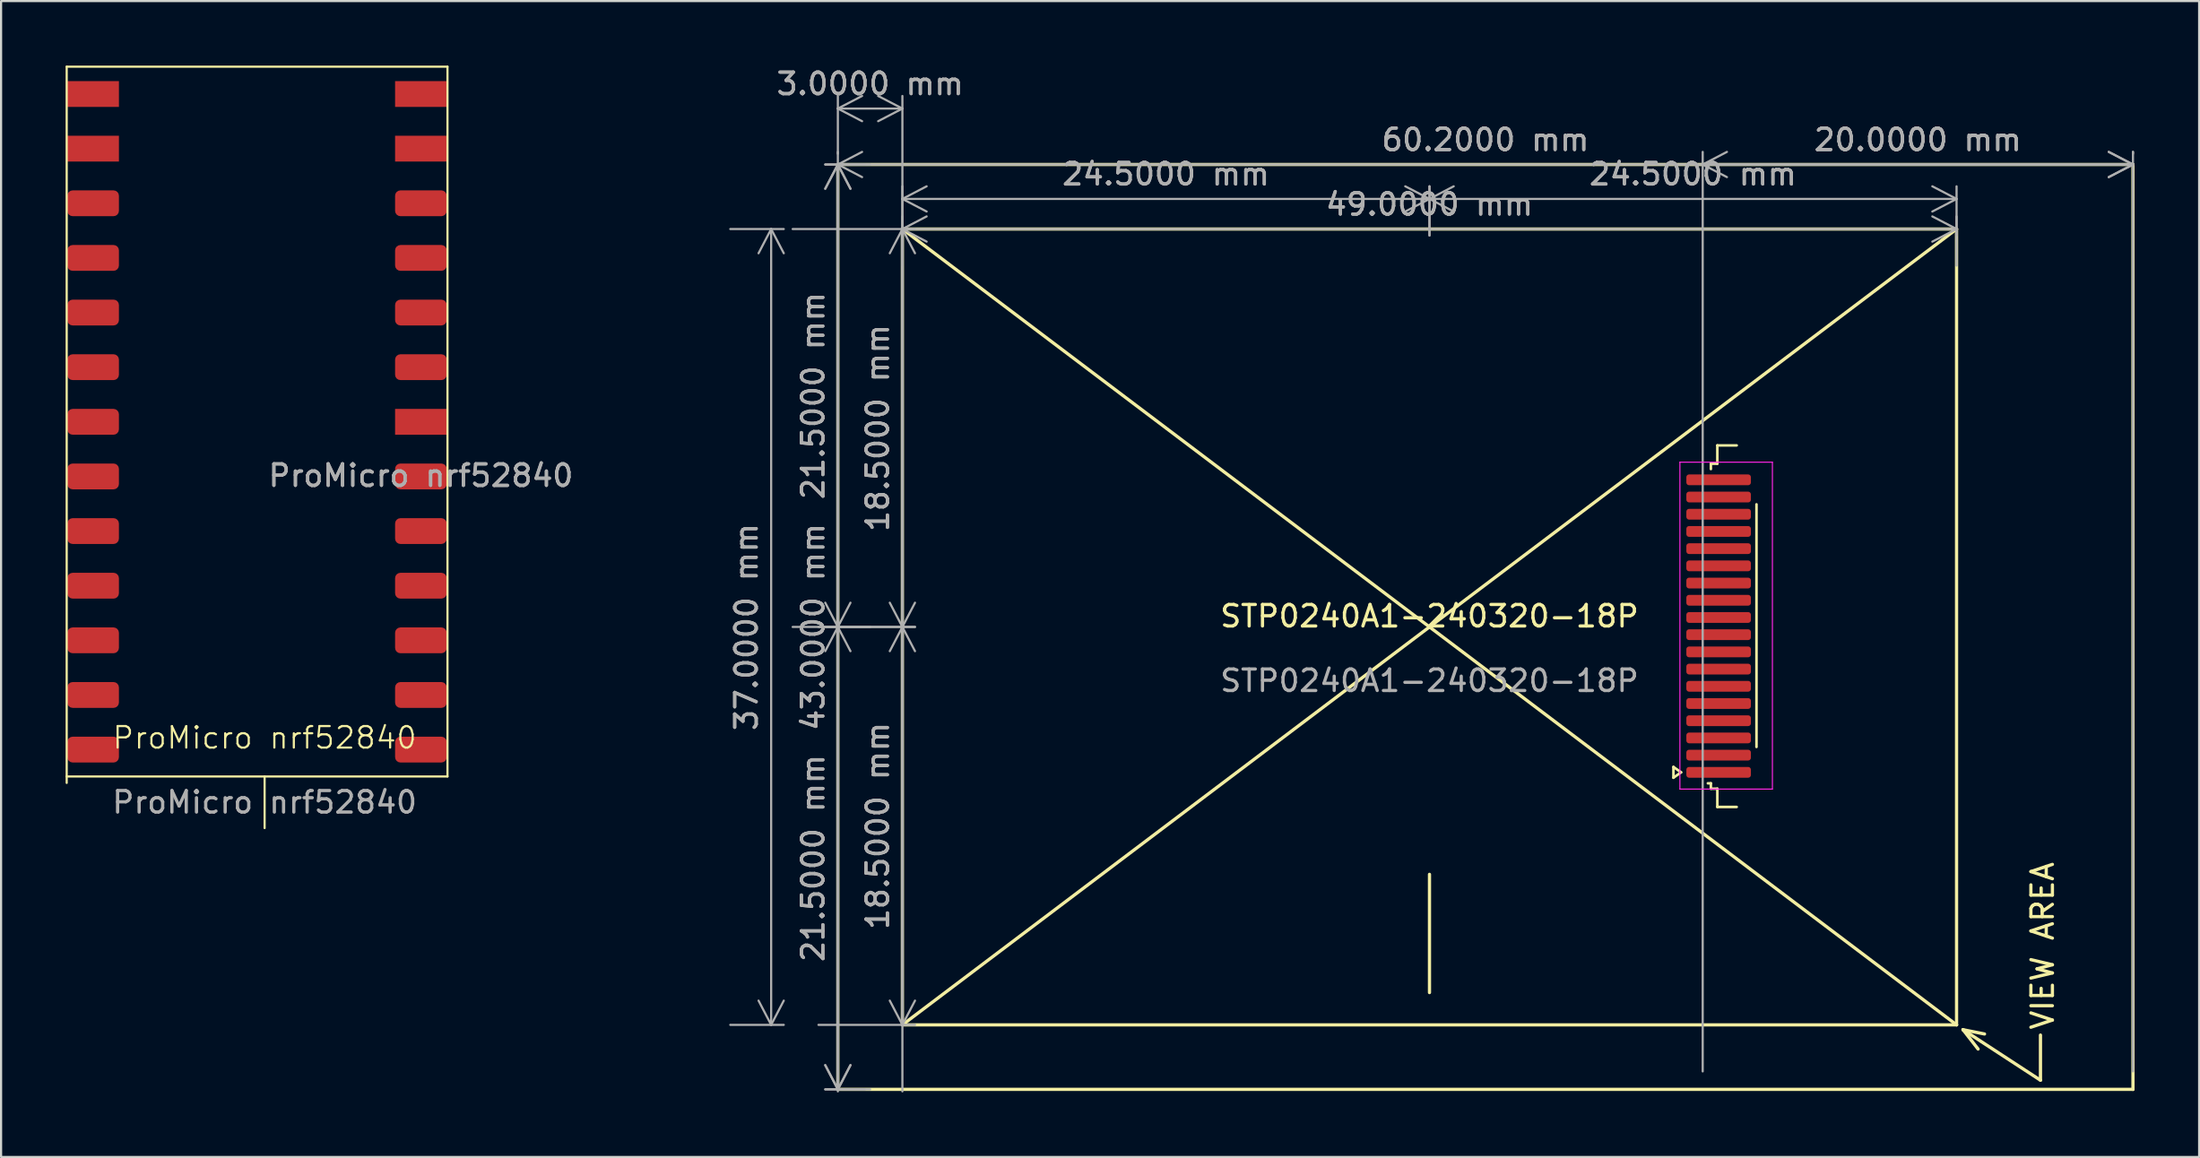
<source format=kicad_pcb>
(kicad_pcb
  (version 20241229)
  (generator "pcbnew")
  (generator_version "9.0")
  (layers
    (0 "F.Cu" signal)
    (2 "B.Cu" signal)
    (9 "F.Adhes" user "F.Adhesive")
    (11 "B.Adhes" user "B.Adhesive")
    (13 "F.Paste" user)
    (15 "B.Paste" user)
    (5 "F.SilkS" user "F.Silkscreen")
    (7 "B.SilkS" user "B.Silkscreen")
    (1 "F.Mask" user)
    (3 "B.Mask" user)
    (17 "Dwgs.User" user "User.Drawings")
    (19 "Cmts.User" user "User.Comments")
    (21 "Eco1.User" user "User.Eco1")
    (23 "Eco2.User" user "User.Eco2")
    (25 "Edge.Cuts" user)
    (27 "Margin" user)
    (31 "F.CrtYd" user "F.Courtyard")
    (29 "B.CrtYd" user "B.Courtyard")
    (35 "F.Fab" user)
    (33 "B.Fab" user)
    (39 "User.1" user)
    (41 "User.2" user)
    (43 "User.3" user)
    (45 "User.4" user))
  (footprint "ProMicro nrf52840"
    (layer "F.Cu")
    (at 9.25 31.75)
    (property "Reference" "ProMicro nrf52840" (at 0 -0.5 0) (unlocked yes) (layer "F.SilkS") (effects (font (size 1 1) (thickness 0.1))))
    (attr smd)
    (fp_line (start -9.2 1.6) (end -9.2 -31.7) (stroke (width 0.1) (type default)) (layer "F.SilkS"))
    (fp_line (start 0 3.7) (end 0 1.3) (stroke (width 0.1) (type default)) (layer "F.SilkS"))
    (fp_line (start 8.5 -31.7) (end -9.2 -31.7) (stroke (width 0.1) (type default)) (layer "F.SilkS"))
    (fp_line (start 8.5 1.3) (end -9.2 1.3) (stroke (width 0.1) (type default)) (layer "F.SilkS"))
    (fp_line (start 8.5 1.3) (end 8.5 -31.7) (stroke (width 0.1) (type default)) (layer "F.SilkS"))
    (fp_text user "${REFERENCE}" (at 7.264 -12.689 0) (unlocked yes) (layer "F.Fab") (effects (font (size 1 1) (thickness 0.15))))
    (fp_text user "${REFERENCE}" (at 0 2.5 0) (unlocked yes) (layer "F.Fab") (effects (font (size 1 1) (thickness 0.15))))
    (fp_text user "${REFERENCE}" (at 7.264 -12.689 0) (unlocked yes) (layer "F.Fab") (effects (font (size 1 1) (thickness 0.15))))
    (pad "1" smd roundrect (at 7.264 0.051) (size 2.4 1.2) (layers "F.Cu" "F.Mask" "F.Paste") (roundrect_rratio 0.208))
    (pad "2" smd roundrect (at 7.264 -2.489) (size 2.4 1.2) (layers "F.Cu" "F.Mask" "F.Paste") (roundrect_rratio 0.208))
    (pad "3" smd roundrect (at 7.264 -5.029) (size 2.4 1.2) (layers "F.Cu" "F.Mask" "F.Paste") (roundrect_rratio 0.208))
    (pad "4" smd roundrect (at 7.264 -7.569) (size 2.4 1.2) (layers "F.Cu" "F.Mask" "F.Paste") (roundrect_rratio 0.208))
    (pad "5" smd roundrect (at 7.264 -10.109) (size 2.4 1.2) (layers "F.Cu" "F.Mask" "F.Paste") (roundrect_rratio 0.208))
    (pad "6" smd roundrect (at 7.264 -12.649) (size 2.4 1.2) (layers "F.Cu" "F.Mask" "F.Paste") (roundrect_rratio 0.208))
    (pad "7" smd rect (at 7.264 -15.189) (size 2.4 1.2) (layers "F.Cu" "F.Mask" "F.Paste"))
    (pad "8" smd roundrect (at 7.264 -17.729) (size 2.4 1.2) (layers "F.Cu" "F.Mask" "F.Paste") (roundrect_rratio 0.208))
    (pad "9" smd roundrect (at 7.264 -20.269) (size 2.4 1.2) (layers "F.Cu" "F.Mask" "F.Paste") (roundrect_rratio 0.208))
    (pad "10" smd roundrect (at 7.264 -22.809) (size 2.4 1.2) (layers "F.Cu" "F.Mask" "F.Paste") (roundrect_rratio 0.208))
    (pad "11" smd roundrect (at 7.264 -25.349) (size 2.4 1.2) (layers "F.Cu" "F.Mask" "F.Paste") (roundrect_rratio 0.208))
    (pad "12" smd rect (at 7.264 -27.889) (size 2.4 1.2) (layers "F.Cu" "F.Mask" "F.Paste"))
    (pad "13" smd rect (at 7.264 -30.429) (size 2.4 1.2) (layers "F.Cu" "F.Mask" "F.Paste"))
    (pad "14" smd rect (at -7.972 -30.429) (size 2.4 1.2) (layers "F.Cu" "F.Mask" "F.Paste"))
    (pad "15" smd rect (at -7.972 -27.889) (size 2.4 1.2) (layers "F.Cu" "F.Mask" "F.Paste"))
    (pad "16" smd roundrect (at -7.972 -25.349) (size 2.4 1.2) (layers "F.Cu" "F.Mask" "F.Paste") (roundrect_rratio 0.208))
    (pad "17" smd roundrect (at -7.972 -22.809) (size 2.4 1.2) (layers "F.Cu" "F.Mask" "F.Paste") (roundrect_rratio 0.208))
    (pad "18" smd roundrect (at -7.972 -20.269) (size 2.4 1.2) (layers "F.Cu" "F.Mask" "F.Paste") (roundrect_rratio 0.208))
    (pad "19" smd roundrect (at -7.972 -17.729) (size 2.4 1.2) (layers "F.Cu" "F.Mask" "F.Paste") (roundrect_rratio 0.208))
    (pad "20" smd roundrect (at -7.972 -15.189) (size 2.4 1.2) (layers "F.Cu" "F.Mask" "F.Paste") (roundrect_rratio 0.208))
    (pad "21" smd roundrect (at -7.972 -12.649) (size 2.4 1.2) (layers "F.Cu" "F.Mask" "F.Paste") (roundrect_rratio 0.208))
    (pad "22" smd roundrect (at -7.972 -10.109) (size 2.4 1.2) (layers "F.Cu" "F.Mask" "F.Paste") (roundrect_rratio 0.208))
    (pad "23" smd roundrect (at -7.972 -7.569) (size 2.4 1.2) (layers "F.Cu" "F.Mask" "F.Paste") (roundrect_rratio 0.208))
    (pad "24" smd roundrect (at -7.972 -5.029) (size 2.4 1.2) (layers "F.Cu" "F.Mask" "F.Paste") (roundrect_rratio 0.208))
    (pad "25" smd roundrect (at -7.972 -2.489) (size 2.4 1.2) (layers "F.Cu" "F.Mask" "F.Paste") (roundrect_rratio 0.208))
    (pad "26" smd roundrect (at -7.972 0.051) (size 2.4 1.2) (layers "F.Cu" "F.Mask" "F.Paste") (roundrect_rratio 0.208)))
  (footprint "STP0240A1-240320-18P"
    (layer "F.Cu")
    (at 63.395 26.098)
    (property "Reference" "STP0240A1-240320-18P" (at 0 -0.5 0) (unlocked yes) (layer "F.SilkS") (effects (font (size 1 1) (thickness 0.15))))
    (attr smd)
    (fp_line (start -27.5 -21.5) (end 32.7 -21.5) (stroke (width 0.15) (type solid)) (layer "F.SilkS"))
    (fp_line (start -27.5 21.5) (end -27.5 -21.5) (stroke (width 0.15) (type solid)) (layer "F.SilkS"))
    (fp_line (start -24.5 -18.5) (end 24.5 -18.5) (stroke (width 0.15) (type solid)) (layer "F.SilkS"))
    (fp_line (start -24.5 18.5) (end -24.5 -18.5) (stroke (width 0.15) (type solid)) (layer "F.SilkS"))
    (fp_line (start -24.5 18.5) (end 24.5 -18.5) (stroke (width 0.15) (type solid)) (layer "F.SilkS"))
    (fp_line (start -0.000001 17) (end -0.000001 11.503) (stroke (width 0.15) (type solid)) (layer "F.SilkS"))
    (fp_line (start 11.34 6.51) (end 11.34 7.01) (stroke (width 0.12) (type solid)) (layer "F.SilkS"))
    (fp_line (start 11.34 7.01) (end 11.694 6.76) (stroke (width 0.12) (type solid)) (layer "F.SilkS"))
    (fp_line (start 11.694 6.76) (end 11.34 6.51) (stroke (width 0.12) (type solid)) (layer "F.SilkS"))
    (fp_line (start 13.08 -7.59) (end 13.08 -7.34) (stroke (width 0.12) (type solid)) (layer "F.SilkS"))
    (fp_line (start 13.08 7.27) (end 12.94 7.27) (stroke (width 0.12) (type solid)) (layer "F.SilkS"))
    (fp_line (start 13.08 7.52) (end 13.08 7.27) (stroke (width 0.12) (type solid)) (layer "F.SilkS"))
    (fp_line (start 13.38 -8.44) (end 13.38 -7.59) (stroke (width 0.12) (type solid)) (layer "F.SilkS"))
    (fp_line (start 13.38 -7.59) (end 13.08 -7.59) (stroke (width 0.12) (type solid)) (layer "F.SilkS"))
    (fp_line (start 13.38 7.52) (end 13.08 7.52) (stroke (width 0.12) (type solid)) (layer "F.SilkS"))
    (fp_line (start 13.38 8.37) (end 13.38 7.52) (stroke (width 0.12) (type solid)) (layer "F.SilkS"))
    (fp_line (start 14.28 -8.44) (end 13.38 -8.44) (stroke (width 0.12) (type solid)) (layer "F.SilkS"))
    (fp_line (start 14.28 8.37) (end 13.38 8.37) (stroke (width 0.12) (type solid)) (layer "F.SilkS"))
    (fp_line (start 15.2 5.58) (end 15.2 -5.7) (stroke (width 0.12) (type solid)) (layer "F.SilkS"))
    (fp_line (start 24.5 -18.5) (end 24.5 18.5) (stroke (width 0.15) (type solid)) (layer "F.SilkS"))
    (fp_line (start 24.5 18.5) (end -24.5 -18.5) (stroke (width 0.15) (type solid)) (layer "F.SilkS"))
    (fp_line (start 24.5 18.5) (end -24.5 18.5) (stroke (width 0.15) (type solid)) (layer "F.SilkS"))
    (fp_line (start 24.8 18.725) (end 25.5 19.625) (stroke (width 0.15) (type solid)) (layer "F.SilkS"))
    (fp_line (start 24.8 18.725) (end 25.8 18.925) (stroke (width 0.15) (type solid)) (layer "F.SilkS"))
    (fp_line (start 24.8 18.725) (end 28.4 21.075) (stroke (width 0.15) (type solid)) (layer "F.SilkS"))
    (fp_line (start 28.4 21.075) (end 28.4 18.975) (stroke (width 0.15) (type solid)) (layer "F.SilkS"))
    (fp_line (start 32.7 -21.5) (end 32.7 21.5) (stroke (width 0.15) (type solid)) (layer "F.SilkS"))
    (fp_line (start 32.7 21.5) (end -27.5 21.5) (stroke (width 0.15) (type solid)) (layer "F.SilkS"))
    (fp_line (start 11.64 -7.66) (end 11.64 7.54) (stroke (width 0.05) (type solid)) (layer "F.CrtYd"))
    (fp_line (start 11.64 7.54) (end 15.94 7.54) (stroke (width 0.05) (type solid)) (layer "F.CrtYd"))
    (fp_line (start 15.94 -7.66) (end 11.64 -7.66) (stroke (width 0.05) (type solid)) (layer "F.CrtYd"))
    (fp_line (start 15.94 7.54) (end 15.94 -7.66) (stroke (width 0.05) (type solid)) (layer "F.CrtYd"))
    (fp_text user "VIEW AREA" (at 28.5 14.825 90) (layer "F.SilkS") (effects (font (size 1 1) (thickness 0.15))))
    (fp_text user "${REFERENCE}" (at 0 2.5 0) (unlocked yes) (layer "F.Fab") (effects (font (size 1 1) (thickness 0.15))))
    (dimension (type aligned) (layer "F.Fab") (pts (xy 38.895 9.798) (xy 87.895 9.798)) (height -2.2) (format (prefix "") (suffix "") (units 3) (units_format 1) (precision 4)) (style (thickness 0.1) (arrow_length 1.27) (text_position_mode 0) (arrow_direction outward) (extension_height 0.586) (extension_offset 0.5) (keep_text_aligned yes)) (gr_text "49.0000 mm" (at 63.395 6.448 0) (layer "F.Fab") (effects (font (size 1 1) (thickness 0.15)))))
    (dimension (type aligned) (layer "F.Fab") (pts (xy 38.895 8.398) (xy 63.395 8.398)) (height -2.2) (format (prefix "") (suffix "") (units 3) (units_format 1) (precision 4)) (style (thickness 0.1) (arrow_length 1.27) (text_position_mode 0) (arrow_direction outward) (extension_height 0.586) (extension_offset 0.5) (keep_text_aligned yes)) (gr_text "24.5000 mm" (at 51.145 5.048 0) (layer "F.Fab") (effects (font (size 1 1) (thickness 0.15)))))
    (dimension (type aligned) (layer "F.Fab") (pts (xy 35.895 4.598) (xy 96.095 4.598)) (height 0) (format (prefix "") (suffix "") (units 3) (units_format 1) (precision 4)) (style (thickness 0.1) (arrow_length 1.27) (text_position_mode 0) (arrow_direction outward) (extension_height 0.586) (extension_offset 0.5) (keep_text_aligned yes)) (gr_text "60.2000 mm" (at 65.995 3.448 360) (layer "F.Fab") (effects (font (size 1 1) (thickness 0.15)))))
    (dimension (type aligned) (layer "F.Fab") (pts (xy 33.295 26.098) (xy 33.295 7.598)) (height 5.6) (format (prefix "") (suffix "") (units 3) (units_format 1) (precision 4)) (style (thickness 0.1) (arrow_length 1.27) (text_position_mode 0) (arrow_direction outward) (extension_height 0.586) (extension_offset 0.5) (keep_text_aligned yes)) (gr_text "18.5000 mm" (at 37.745 16.848 90) (layer "F.Fab") (effects (font (size 1 1) (thickness 0.15)))))
    (dimension (type aligned) (layer "F.Fab") (pts (xy 37.653 4.598) (xy 37.653 47.598)) (height 1.758) (format (prefix "") (suffix "") (units 3) (units_format 1) (precision 4)) (style (thickness 0.1) (arrow_length 1.27) (text_position_mode 0) (arrow_direction outward) (extension_height 0.586) (extension_offset 0.5) (keep_text_aligned yes)) (gr_text "43.0000 mm" (at 34.745 26.098 90) (layer "F.Fab") (effects (font (size 1 1) (thickness 0.15)))))
    (dimension (type aligned) (layer "F.Fab") (pts (xy 76.095 47.263) (xy 96.095 47.263)) (height -42.665) (format (prefix "") (suffix "") (units 3) (units_format 1) (precision 4)) (style (thickness 0.1) (arrow_length 1.27) (text_position_mode 0) (arrow_direction outward) (extension_height 0.586) (extension_offset 0.5) (keep_text_aligned yes)) (gr_text "20.0000 mm" (at 86.095 3.448 0) (layer "F.Fab") (effects (font (size 1 1) (thickness 0.15)))))
    (dimension (type aligned) (layer "F.Fab") (pts (xy 30.395 44.598) (xy 30.395 7.598)) (height 2.4) (format (prefix "") (suffix "") (units 3) (units_format 1) (precision 4)) (style (thickness 0.1) (arrow_length 1.27) (text_position_mode 0) (arrow_direction outward) (extension_height 0.586) (extension_offset 0.5) (keep_text_aligned yes)) (gr_text "37.0000 mm" (at 31.645 26.098 90) (layer "F.Fab") (effects (font (size 1 1) (thickness 0.15)))))
    (dimension (type aligned) (layer "F.Fab") (pts (xy 35.895 48.191) (xy 38.895 48.191)) (height -46.193) (format (prefix "") (suffix "") (units 3) (units_format 1) (precision 4)) (style (thickness 0.1) (arrow_length 1.27) (text_position_mode 0) (arrow_direction outward) (extension_height 0.586) (extension_offset 0.5) (keep_text_aligned yes)) (gr_text "3.0000 mm" (at 37.395 0.848 0) (layer "F.Fab") (effects (font (size 1 1) (thickness 0.15)))))
    (dimension (type aligned) (layer "F.Fab") (pts (xy 63.395 8.398) (xy 87.895 8.398)) (height -2.2) (format (prefix "") (suffix "") (units 3) (units_format 1) (precision 4)) (style (thickness 0.1) (arrow_length 1.27) (text_position_mode 0) (arrow_direction outward) (extension_height 0.586) (extension_offset 0.5) (keep_text_aligned yes)) (gr_text "24.5000 mm" (at 75.645 5.048 0) (layer "F.Fab") (effects (font (size 1 1) (thickness 0.15)))))
    (dimension (type aligned) (layer "F.Fab") (pts (xy 37.895 47.598) (xy 37.895 26.098)) (height -2) (format (prefix "") (suffix "") (units 3) (units_format 1) (precision 4)) (style (thickness 0.1) (arrow_length 1.27) (text_position_mode 0) (arrow_direction outward) (extension_height 0.586) (extension_offset 0.5) (keep_text_aligned yes)) (gr_text "21.5000 mm" (at 34.745 36.848 90) (layer "F.Fab") (effects (font (size 1 1) (thickness 0.15)))))
    (dimension (type aligned) (layer "F.Fab") (pts (xy 34.495 44.598) (xy 34.495 26.098)) (height 4.4) (format (prefix "") (suffix "") (units 3) (units_format 1) (precision 4)) (style (thickness 0.1) (arrow_length 1.27) (text_position_mode 0) (arrow_direction outward) (extension_height 0.586) (extension_offset 0.5) (keep_text_aligned yes)) (gr_text "18.5000 mm" (at 37.745 35.348 90) (layer "F.Fab") (effects (font (size 1 1) (thickness 0.15)))))
    (dimension (type aligned) (layer "F.Fab") (pts (xy 37.895 26.098) (xy 37.895 4.598)) (height -2) (format (prefix "") (suffix "") (units 3) (units_format 1) (precision 4)) (style (thickness 0.1) (arrow_length 1.27) (text_position_mode 0) (arrow_direction outward) (extension_height 0.586) (extension_offset 0.5) (keep_text_aligned yes)) (gr_text "21.5000 mm" (at 34.745 15.348 90) (layer "F.Fab") (effects (font (size 1 1) (thickness 0.15)))))
    (pad "1" smd roundrect (at 13.44 6.76 90) (size 0.5 3) (layers "F.Cu" "F.Mask" "F.Paste") (roundrect_rratio 0.25))
    (pad "2" smd roundrect (at 13.44 5.96 90) (size 0.5 3) (layers "F.Cu" "F.Mask" "F.Paste") (roundrect_rratio 0.25))
    (pad "3" smd roundrect (at 13.44 5.16 90) (size 0.5 3) (layers "F.Cu" "F.Mask" "F.Paste") (roundrect_rratio 0.25))
    (pad "4" smd roundrect (at 13.44 4.36 90) (size 0.5 3) (layers "F.Cu" "F.Mask" "F.Paste") (roundrect_rratio 0.25))
    (pad "5" smd roundrect (at 13.44 3.56 90) (size 0.5 3) (layers "F.Cu" "F.Mask" "F.Paste") (roundrect_rratio 0.25))
    (pad "6" smd roundrect (at 13.44 2.76 90) (size 0.5 3) (layers "F.Cu" "F.Mask" "F.Paste") (roundrect_rratio 0.25))
    (pad "7" smd roundrect (at 13.44 1.96 90) (size 0.5 3) (layers "F.Cu" "F.Mask" "F.Paste") (roundrect_rratio 0.25))
    (pad "8" smd roundrect (at 13.44 1.16 90) (size 0.5 3) (layers "F.Cu" "F.Mask" "F.Paste") (roundrect_rratio 0.25))
    (pad "9" smd roundrect (at 13.44 0.36 90) (size 0.5 3) (layers "F.Cu" "F.Mask" "F.Paste") (roundrect_rratio 0.25))
    (pad "10" smd roundrect (at 13.44 -0.44 90) (size 0.5 3) (layers "F.Cu" "F.Mask" "F.Paste") (roundrect_rratio 0.25))
    (pad "11" smd roundrect (at 13.44 -1.24 90) (size 0.5 3) (layers "F.Cu" "F.Mask" "F.Paste") (roundrect_rratio 0.25))
    (pad "12" smd roundrect (at 13.44 -2.04 90) (size 0.5 3) (layers "F.Cu" "F.Mask" "F.Paste") (roundrect_rratio 0.25))
    (pad "13" smd roundrect (at 13.44 -2.84 90) (size 0.5 3) (layers "F.Cu" "F.Mask" "F.Paste") (roundrect_rratio 0.25))
    (pad "14" smd roundrect (at 13.44 -3.64 90) (size 0.5 3) (layers "F.Cu" "F.Mask" "F.Paste") (roundrect_rratio 0.25))
    (pad "15" smd roundrect (at 13.44 -4.44 90) (size 0.5 3) (layers "F.Cu" "F.Mask" "F.Paste") (roundrect_rratio 0.25))
    (pad "16" smd roundrect (at 13.44 -5.24 90) (size 0.5 3) (layers "F.Cu" "F.Mask" "F.Paste") (roundrect_rratio 0.25))
    (pad "17" smd roundrect (at 13.44 -6.04 90) (size 0.5 3) (layers "F.Cu" "F.Mask" "F.Paste") (roundrect_rratio 0.25))
    (pad "18" smd roundrect (at 13.44 -6.84 90) (size 0.5 3) (layers "F.Cu" "F.Mask" "F.Paste") (roundrect_rratio 0.25)))
  (gr_rect
    (start -3 -3)
    (end 99.17 50.741)
    (stroke (width 0.1) (type default))
    (fill no)
    (layer "Edge.Cuts")))
</source>
